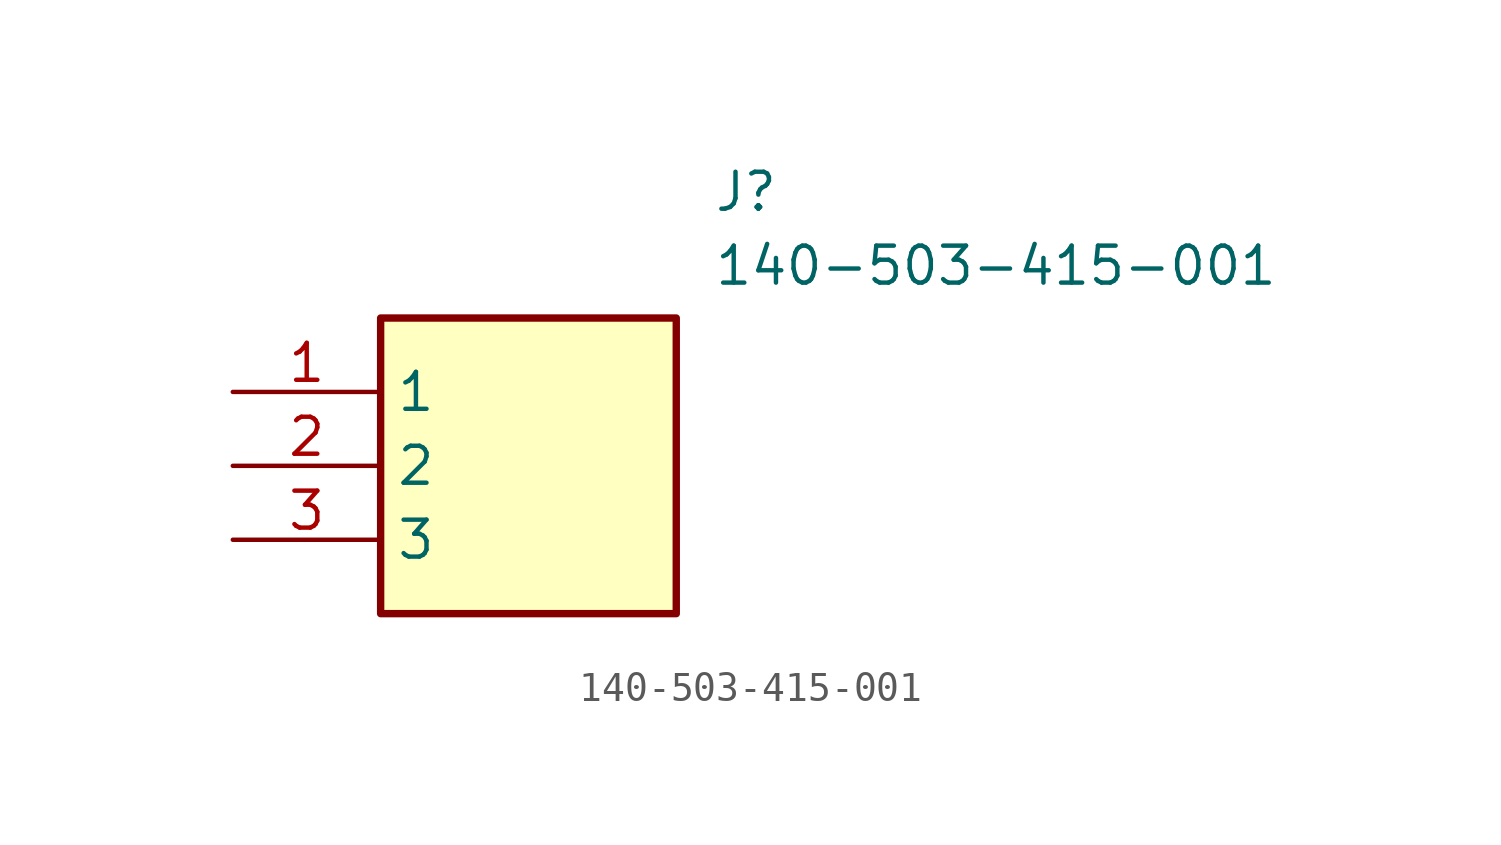
<source format=kicad_sym>
(kicad_symbol_lib
  (version 20211014)
  (generator SamacSys_ECAD_Model)
  (symbol "140-503-415-001"
    (property "Reference" "J"
      (at 16.51 7.62 0)
      (effects (font (size 1.27 1.27)) (justify left top)))
    (property "Value" "140-503-415-001"
      (at 16.51 5.08 0)
      (effects (font (size 1.27 1.27)) (justify left top)))
    (rectangle
      (start 5.08 2.54)
      (end 15.24 -7.62)
      (stroke (width 0.254) (type default))
      (fill (type background)))
    (pin passive line
      (at 0 0 0)
      (length 5.08)
      (name "1" (effects (font (size 1.27 1.27))))
      (number "1" (effects (font (size 1.27 1.27)))))
    (pin passive line
      (at 0 -2.54 0)
      (length 5.08)
      (name "2" (effects (font (size 1.27 1.27))))
      (number "2" (effects (font (size 1.27 1.27)))))
    (pin passive line
      (at 0 -5.08 0)
      (length 5.08)
      (name "3" (effects (font (size 1.27 1.27))))
      (number "3" (effects (font (size 1.27 1.27)))))))
</source>
